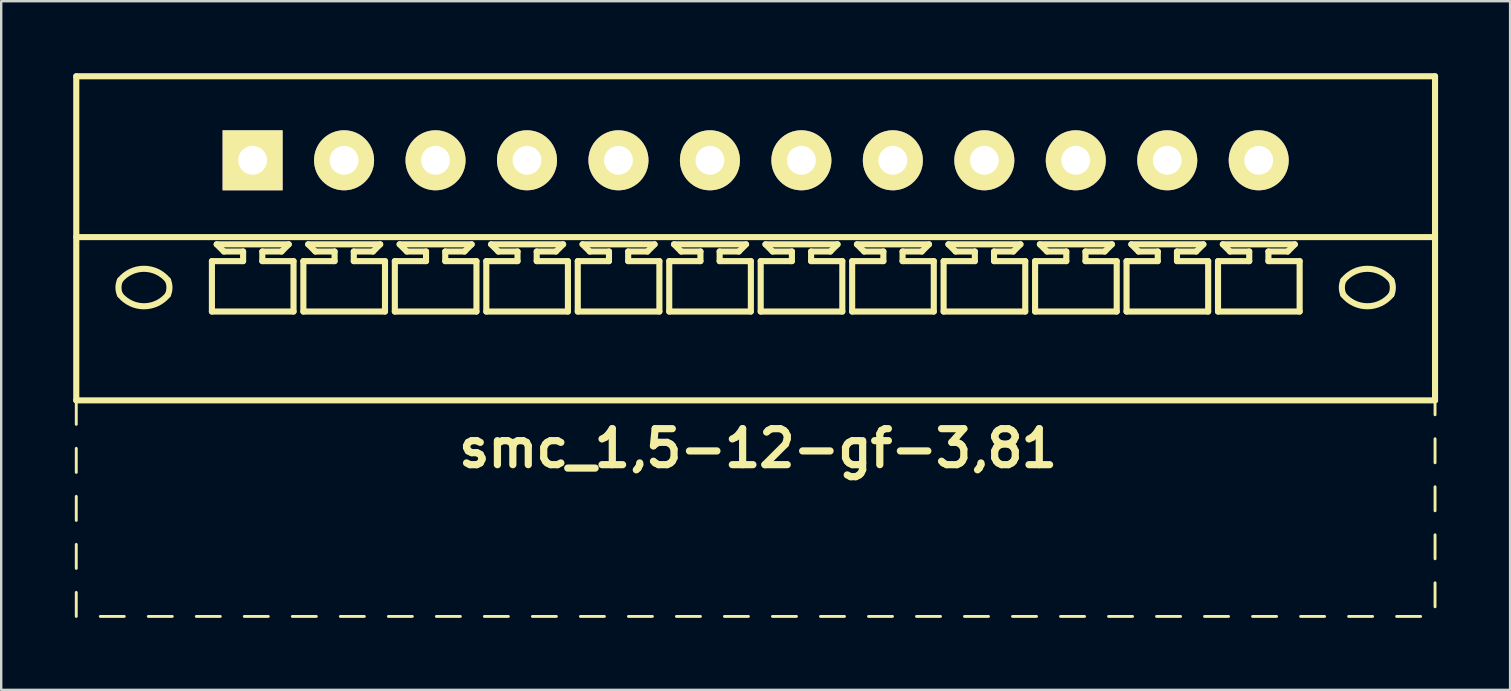
<source format=kicad_pcb>
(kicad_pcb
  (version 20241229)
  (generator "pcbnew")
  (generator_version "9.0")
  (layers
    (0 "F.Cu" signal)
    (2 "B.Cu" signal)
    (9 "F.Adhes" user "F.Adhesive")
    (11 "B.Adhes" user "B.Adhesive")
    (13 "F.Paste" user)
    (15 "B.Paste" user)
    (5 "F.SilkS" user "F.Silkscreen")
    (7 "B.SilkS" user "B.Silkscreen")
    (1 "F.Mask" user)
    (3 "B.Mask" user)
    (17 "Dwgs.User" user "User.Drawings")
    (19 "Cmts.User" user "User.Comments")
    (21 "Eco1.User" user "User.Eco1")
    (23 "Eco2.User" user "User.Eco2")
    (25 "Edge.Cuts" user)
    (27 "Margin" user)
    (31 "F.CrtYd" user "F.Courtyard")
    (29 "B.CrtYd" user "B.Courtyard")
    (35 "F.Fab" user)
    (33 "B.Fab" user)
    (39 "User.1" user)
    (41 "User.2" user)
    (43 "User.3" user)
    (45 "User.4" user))
  (footprint "smc_1,5-12-gf-3,81"
    (layer "F.Cu")
    (at 28.427 3.627)
    (property "Reference" "smc_1,5-12-gf-3,81" (at 0.1 12 0) (layer "F.SilkS") (effects (font (size 1.5 1.5) (thickness 0.3))))
    (attr through_hole)
    (fp_line (start -28.3 -3.5) (end -28.3 10) (stroke (width 0.254) (type solid)) (layer "F.SilkS"))
    (fp_line (start -28.3 -3.5) (end 28.3 -3.5) (stroke (width 0.254) (type solid)) (layer "F.SilkS"))
    (fp_line (start -28.3 3.2) (end 28.3 3.2) (stroke (width 0.254) (type solid)) (layer "F.SilkS"))
    (fp_line (start -28.3 10) (end -28.3 11) (stroke (width 0.12) (type solid)) (layer "F.SilkS"))
    (fp_line (start -28.3 10) (end 28.3 10) (stroke (width 0.254) (type solid)) (layer "F.SilkS"))
    (fp_line (start -28.3 12) (end -28.3 13) (stroke (width 0.12) (type solid)) (layer "F.SilkS"))
    (fp_line (start -28.3 14) (end -28.3 15) (stroke (width 0.12) (type solid)) (layer "F.SilkS"))
    (fp_line (start -28.3 16) (end -28.3 17) (stroke (width 0.12) (type solid)) (layer "F.SilkS"))
    (fp_line (start -28.3 18) (end -28.3 19) (stroke (width 0.12) (type solid)) (layer "F.SilkS"))
    (fp_line (start -27.3 19) (end -26.3 19) (stroke (width 0.12) (type solid)) (layer "F.SilkS"))
    (fp_line (start -25.3 19) (end -24.3 19) (stroke (width 0.12) (type solid)) (layer "F.SilkS"))
    (fp_line (start -23.3 19) (end -22.3 19) (stroke (width 0.12) (type solid)) (layer "F.SilkS"))
    (fp_line (start -22.65 4.2) (end -21.35 4.2) (stroke (width 0.254) (type solid)) (layer "F.SilkS"))
    (fp_line (start -22.65 6.3) (end -22.65 4.2) (stroke (width 0.254) (type solid)) (layer "F.SilkS"))
    (fp_line (start -22.45 3.5) (end -19.45 3.5) (stroke (width 0.254) (type solid)) (layer "F.SilkS"))
    (fp_line (start -22.15 3.8) (end -22.45 3.5) (stroke (width 0.254) (type solid)) (layer "F.SilkS"))
    (fp_line (start -21.35 3.8) (end -22.15 3.8) (stroke (width 0.254) (type solid)) (layer "F.SilkS"))
    (fp_line (start -21.35 4.2) (end -21.35 3.8) (stroke (width 0.254) (type solid)) (layer "F.SilkS"))
    (fp_line (start -21.3 19) (end -20.3 19) (stroke (width 0.12) (type solid)) (layer "F.SilkS"))
    (fp_line (start -20.55 3.8) (end -20.55 4.2) (stroke (width 0.254) (type solid)) (layer "F.SilkS"))
    (fp_line (start -20.55 4.2) (end -19.25 4.2) (stroke (width 0.254) (type solid)) (layer "F.SilkS"))
    (fp_line (start -19.75 3.8) (end -20.55 3.8) (stroke (width 0.254) (type solid)) (layer "F.SilkS"))
    (fp_line (start -19.75 3.8) (end -19.45 3.5) (stroke (width 0.254) (type solid)) (layer "F.SilkS"))
    (fp_line (start -19.3 19) (end -18.3 19) (stroke (width 0.12) (type solid)) (layer "F.SilkS"))
    (fp_line (start -19.25 4.2) (end -19.25 6.3) (stroke (width 0.254) (type solid)) (layer "F.SilkS"))
    (fp_line (start -19.25 6.3) (end -22.65 6.3) (stroke (width 0.254) (type solid)) (layer "F.SilkS"))
    (fp_line (start -18.84 4.2) (end -17.54 4.2) (stroke (width 0.254) (type solid)) (layer "F.SilkS"))
    (fp_line (start -18.84 6.3) (end -18.84 4.2) (stroke (width 0.254) (type solid)) (layer "F.SilkS"))
    (fp_line (start -18.64 3.5) (end -15.64 3.5) (stroke (width 0.254) (type solid)) (layer "F.SilkS"))
    (fp_line (start -18.34 3.8) (end -18.64 3.5) (stroke (width 0.254) (type solid)) (layer "F.SilkS"))
    (fp_line (start -17.54 3.8) (end -18.34 3.8) (stroke (width 0.254) (type solid)) (layer "F.SilkS"))
    (fp_line (start -17.54 4.2) (end -17.54 3.8) (stroke (width 0.254) (type solid)) (layer "F.SilkS"))
    (fp_line (start -17.3 19) (end -16.3 19) (stroke (width 0.12) (type solid)) (layer "F.SilkS"))
    (fp_line (start -16.74 3.8) (end -16.74 4.2) (stroke (width 0.254) (type solid)) (layer "F.SilkS"))
    (fp_line (start -16.74 4.2) (end -15.44 4.2) (stroke (width 0.254) (type solid)) (layer "F.SilkS"))
    (fp_line (start -15.94 3.8) (end -16.74 3.8) (stroke (width 0.254) (type solid)) (layer "F.SilkS"))
    (fp_line (start -15.94 3.8) (end -15.64 3.5) (stroke (width 0.254) (type solid)) (layer "F.SilkS"))
    (fp_line (start -15.44 4.2) (end -15.44 6.3) (stroke (width 0.254) (type solid)) (layer "F.SilkS"))
    (fp_line (start -15.44 6.3) (end -18.84 6.3) (stroke (width 0.254) (type solid)) (layer "F.SilkS"))
    (fp_line (start -15.3 19) (end -14.3 19) (stroke (width 0.12) (type solid)) (layer "F.SilkS"))
    (fp_line (start -15.03 4.2) (end -13.73 4.2) (stroke (width 0.254) (type solid)) (layer "F.SilkS"))
    (fp_line (start -15.03 6.3) (end -15.03 4.2) (stroke (width 0.254) (type solid)) (layer "F.SilkS"))
    (fp_line (start -14.83 3.5) (end -11.83 3.5) (stroke (width 0.254) (type solid)) (layer "F.SilkS"))
    (fp_line (start -14.53 3.8) (end -14.83 3.5) (stroke (width 0.254) (type solid)) (layer "F.SilkS"))
    (fp_line (start -13.73 3.8) (end -14.53 3.8) (stroke (width 0.254) (type solid)) (layer "F.SilkS"))
    (fp_line (start -13.73 4.2) (end -13.73 3.8) (stroke (width 0.254) (type solid)) (layer "F.SilkS"))
    (fp_line (start -13.3 19) (end -12.3 19) (stroke (width 0.12) (type solid)) (layer "F.SilkS"))
    (fp_line (start -12.93 3.8) (end -12.93 4.2) (stroke (width 0.254) (type solid)) (layer "F.SilkS"))
    (fp_line (start -12.93 4.2) (end -11.63 4.2) (stroke (width 0.254) (type solid)) (layer "F.SilkS"))
    (fp_line (start -12.13 3.8) (end -12.93 3.8) (stroke (width 0.254) (type solid)) (layer "F.SilkS"))
    (fp_line (start -12.13 3.8) (end -11.83 3.5) (stroke (width 0.254) (type solid)) (layer "F.SilkS"))
    (fp_line (start -11.63 4.2) (end -11.63 6.3) (stroke (width 0.254) (type solid)) (layer "F.SilkS"))
    (fp_line (start -11.63 6.3) (end -15.03 6.3) (stroke (width 0.254) (type solid)) (layer "F.SilkS"))
    (fp_line (start -11.3 19) (end -10.3 19) (stroke (width 0.12) (type solid)) (layer "F.SilkS"))
    (fp_line (start -11.22 4.2) (end -9.92 4.2) (stroke (width 0.254) (type solid)) (layer "F.SilkS"))
    (fp_line (start -11.22 6.3) (end -11.22 4.2) (stroke (width 0.254) (type solid)) (layer "F.SilkS"))
    (fp_line (start -11.02 3.5) (end -8.02 3.5) (stroke (width 0.254) (type solid)) (layer "F.SilkS"))
    (fp_line (start -10.72 3.8) (end -11.02 3.5) (stroke (width 0.254) (type solid)) (layer "F.SilkS"))
    (fp_line (start -9.92 3.8) (end -10.72 3.8) (stroke (width 0.254) (type solid)) (layer "F.SilkS"))
    (fp_line (start -9.92 4.2) (end -9.92 3.8) (stroke (width 0.254) (type solid)) (layer "F.SilkS"))
    (fp_line (start -9.3 19) (end -8.3 19) (stroke (width 0.12) (type solid)) (layer "F.SilkS"))
    (fp_line (start -9.12 3.8) (end -9.12 4.2) (stroke (width 0.254) (type solid)) (layer "F.SilkS"))
    (fp_line (start -9.12 4.2) (end -7.82 4.2) (stroke (width 0.254) (type solid)) (layer "F.SilkS"))
    (fp_line (start -8.32 3.8) (end -9.12 3.8) (stroke (width 0.254) (type solid)) (layer "F.SilkS"))
    (fp_line (start -8.32 3.8) (end -8.02 3.5) (stroke (width 0.254) (type solid)) (layer "F.SilkS"))
    (fp_line (start -7.82 4.2) (end -7.82 6.3) (stroke (width 0.254) (type solid)) (layer "F.SilkS"))
    (fp_line (start -7.82 6.3) (end -11.22 6.3) (stroke (width 0.254) (type solid)) (layer "F.SilkS"))
    (fp_line (start -7.41 4.2) (end -6.11 4.2) (stroke (width 0.254) (type solid)) (layer "F.SilkS"))
    (fp_line (start -7.41 6.3) (end -7.41 4.2) (stroke (width 0.254) (type solid)) (layer "F.SilkS"))
    (fp_line (start -7.3 19) (end -6.3 19) (stroke (width 0.12) (type solid)) (layer "F.SilkS"))
    (fp_line (start -7.21 3.5) (end -4.21 3.5) (stroke (width 0.254) (type solid)) (layer "F.SilkS"))
    (fp_line (start -6.91 3.8) (end -7.21 3.5) (stroke (width 0.254) (type solid)) (layer "F.SilkS"))
    (fp_line (start -6.11 3.8) (end -6.91 3.8) (stroke (width 0.254) (type solid)) (layer "F.SilkS"))
    (fp_line (start -6.11 4.2) (end -6.11 3.8) (stroke (width 0.254) (type solid)) (layer "F.SilkS"))
    (fp_line (start -5.31 3.8) (end -5.31 4.2) (stroke (width 0.254) (type solid)) (layer "F.SilkS"))
    (fp_line (start -5.31 4.2) (end -4.01 4.2) (stroke (width 0.254) (type solid)) (layer "F.SilkS"))
    (fp_line (start -5.3 19) (end -4.3 19) (stroke (width 0.12) (type solid)) (layer "F.SilkS"))
    (fp_line (start -4.51 3.8) (end -5.31 3.8) (stroke (width 0.254) (type solid)) (layer "F.SilkS"))
    (fp_line (start -4.51 3.8) (end -4.21 3.5) (stroke (width 0.254) (type solid)) (layer "F.SilkS"))
    (fp_line (start -4.01 4.2) (end -4.01 6.3) (stroke (width 0.254) (type solid)) (layer "F.SilkS"))
    (fp_line (start -4.01 6.3) (end -7.41 6.3) (stroke (width 0.254) (type solid)) (layer "F.SilkS"))
    (fp_line (start -3.6 4.2) (end -2.3 4.2) (stroke (width 0.254) (type solid)) (layer "F.SilkS"))
    (fp_line (start -3.6 6.3) (end -3.6 4.2) (stroke (width 0.254) (type solid)) (layer "F.SilkS"))
    (fp_line (start -3.4 3.5) (end -0.4 3.5) (stroke (width 0.254) (type solid)) (layer "F.SilkS"))
    (fp_line (start -3.3 19) (end -2.3 19) (stroke (width 0.12) (type solid)) (layer "F.SilkS"))
    (fp_line (start -3.1 3.8) (end -3.4 3.5) (stroke (width 0.254) (type solid)) (layer "F.SilkS"))
    (fp_line (start -2.3 3.8) (end -3.1 3.8) (stroke (width 0.254) (type solid)) (layer "F.SilkS"))
    (fp_line (start -2.3 4.2) (end -2.3 3.8) (stroke (width 0.254) (type solid)) (layer "F.SilkS"))
    (fp_line (start -1.5 3.8) (end -1.5 4.2) (stroke (width 0.254) (type solid)) (layer "F.SilkS"))
    (fp_line (start -1.5 4.2) (end -0.2 4.2) (stroke (width 0.254) (type solid)) (layer "F.SilkS"))
    (fp_line (start -1.3 19) (end -0.3 19) (stroke (width 0.12) (type solid)) (layer "F.SilkS"))
    (fp_line (start -0.7 3.8) (end -1.5 3.8) (stroke (width 0.254) (type solid)) (layer "F.SilkS"))
    (fp_line (start -0.7 3.8) (end -0.4 3.5) (stroke (width 0.254) (type solid)) (layer "F.SilkS"))
    (fp_line (start -0.2 4.2) (end -0.2 6.3) (stroke (width 0.254) (type solid)) (layer "F.SilkS"))
    (fp_line (start -0.2 6.3) (end -3.6 6.3) (stroke (width 0.254) (type solid)) (layer "F.SilkS"))
    (fp_line (start 0.21 4.2) (end 1.51 4.2) (stroke (width 0.254) (type solid)) (layer "F.SilkS"))
    (fp_line (start 0.21 6.3) (end 0.21 4.2) (stroke (width 0.254) (type solid)) (layer "F.SilkS"))
    (fp_line (start 0.41 3.5) (end 3.41 3.5) (stroke (width 0.254) (type solid)) (layer "F.SilkS"))
    (fp_line (start 0.7 19) (end 1.7 19) (stroke (width 0.12) (type solid)) (layer "F.SilkS"))
    (fp_line (start 0.71 3.8) (end 0.41 3.5) (stroke (width 0.254) (type solid)) (layer "F.SilkS"))
    (fp_line (start 1.51 3.8) (end 0.71 3.8) (stroke (width 0.254) (type solid)) (layer "F.SilkS"))
    (fp_line (start 1.51 4.2) (end 1.51 3.8) (stroke (width 0.254) (type solid)) (layer "F.SilkS"))
    (fp_line (start 2.31 3.8) (end 2.31 4.2) (stroke (width 0.254) (type solid)) (layer "F.SilkS"))
    (fp_line (start 2.31 4.2) (end 3.61 4.2) (stroke (width 0.254) (type solid)) (layer "F.SilkS"))
    (fp_line (start 2.7 19) (end 3.7 19) (stroke (width 0.12) (type solid)) (layer "F.SilkS"))
    (fp_line (start 3.11 3.8) (end 2.31 3.8) (stroke (width 0.254) (type solid)) (layer "F.SilkS"))
    (fp_line (start 3.11 3.8) (end 3.41 3.5) (stroke (width 0.254) (type solid)) (layer "F.SilkS"))
    (fp_line (start 3.61 4.2) (end 3.61 6.3) (stroke (width 0.254) (type solid)) (layer "F.SilkS"))
    (fp_line (start 3.61 6.3) (end 0.21 6.3) (stroke (width 0.254) (type solid)) (layer "F.SilkS"))
    (fp_line (start 4.02 4.2) (end 5.32 4.2) (stroke (width 0.254) (type solid)) (layer "F.SilkS"))
    (fp_line (start 4.02 6.3) (end 4.02 4.2) (stroke (width 0.254) (type solid)) (layer "F.SilkS"))
    (fp_line (start 4.22 3.5) (end 7.22 3.5) (stroke (width 0.254) (type solid)) (layer "F.SilkS"))
    (fp_line (start 4.52 3.8) (end 4.22 3.5) (stroke (width 0.254) (type solid)) (layer "F.SilkS"))
    (fp_line (start 4.7 19) (end 5.7 19) (stroke (width 0.12) (type solid)) (layer "F.SilkS"))
    (fp_line (start 5.32 3.8) (end 4.52 3.8) (stroke (width 0.254) (type solid)) (layer "F.SilkS"))
    (fp_line (start 5.32 4.2) (end 5.32 3.8) (stroke (width 0.254) (type solid)) (layer "F.SilkS"))
    (fp_line (start 6.12 3.8) (end 6.12 4.2) (stroke (width 0.254) (type solid)) (layer "F.SilkS"))
    (fp_line (start 6.12 4.2) (end 7.42 4.2) (stroke (width 0.254) (type solid)) (layer "F.SilkS"))
    (fp_line (start 6.7 19) (end 7.7 19) (stroke (width 0.12) (type solid)) (layer "F.SilkS"))
    (fp_line (start 6.92 3.8) (end 6.12 3.8) (stroke (width 0.254) (type solid)) (layer "F.SilkS"))
    (fp_line (start 6.92 3.8) (end 7.22 3.5) (stroke (width 0.254) (type solid)) (layer "F.SilkS"))
    (fp_line (start 7.42 4.2) (end 7.42 6.3) (stroke (width 0.254) (type solid)) (layer "F.SilkS"))
    (fp_line (start 7.42 6.3) (end 4.02 6.3) (stroke (width 0.254) (type solid)) (layer "F.SilkS"))
    (fp_line (start 7.83 4.2) (end 9.13 4.2) (stroke (width 0.254) (type solid)) (layer "F.SilkS"))
    (fp_line (start 7.83 6.3) (end 7.83 4.2) (stroke (width 0.254) (type solid)) (layer "F.SilkS"))
    (fp_line (start 8.03 3.5) (end 11.03 3.5) (stroke (width 0.254) (type solid)) (layer "F.SilkS"))
    (fp_line (start 8.33 3.8) (end 8.03 3.5) (stroke (width 0.254) (type solid)) (layer "F.SilkS"))
    (fp_line (start 8.7 19) (end 9.7 19) (stroke (width 0.12) (type solid)) (layer "F.SilkS"))
    (fp_line (start 9.13 3.8) (end 8.33 3.8) (stroke (width 0.254) (type solid)) (layer "F.SilkS"))
    (fp_line (start 9.13 4.2) (end 9.13 3.8) (stroke (width 0.254) (type solid)) (layer "F.SilkS"))
    (fp_line (start 9.93 3.8) (end 9.93 4.2) (stroke (width 0.254) (type solid)) (layer "F.SilkS"))
    (fp_line (start 9.93 4.2) (end 11.23 4.2) (stroke (width 0.254) (type solid)) (layer "F.SilkS"))
    (fp_line (start 10.7 19) (end 11.7 19) (stroke (width 0.12) (type solid)) (layer "F.SilkS"))
    (fp_line (start 10.73 3.8) (end 9.93 3.8) (stroke (width 0.254) (type solid)) (layer "F.SilkS"))
    (fp_line (start 10.73 3.8) (end 11.03 3.5) (stroke (width 0.254) (type solid)) (layer "F.SilkS"))
    (fp_line (start 11.23 4.2) (end 11.23 6.3) (stroke (width 0.254) (type solid)) (layer "F.SilkS"))
    (fp_line (start 11.23 6.3) (end 7.83 6.3) (stroke (width 0.254) (type solid)) (layer "F.SilkS"))
    (fp_line (start 11.64 4.2) (end 12.94 4.2) (stroke (width 0.254) (type solid)) (layer "F.SilkS"))
    (fp_line (start 11.64 6.3) (end 11.64 4.2) (stroke (width 0.254) (type solid)) (layer "F.SilkS"))
    (fp_line (start 11.84 3.5) (end 14.84 3.5) (stroke (width 0.254) (type solid)) (layer "F.SilkS"))
    (fp_line (start 12.14 3.8) (end 11.84 3.5) (stroke (width 0.254) (type solid)) (layer "F.SilkS"))
    (fp_line (start 12.7 19) (end 13.7 19) (stroke (width 0.12) (type solid)) (layer "F.SilkS"))
    (fp_line (start 12.94 3.8) (end 12.14 3.8) (stroke (width 0.254) (type solid)) (layer "F.SilkS"))
    (fp_line (start 12.94 4.2) (end 12.94 3.8) (stroke (width 0.254) (type solid)) (layer "F.SilkS"))
    (fp_line (start 13.74 3.8) (end 13.74 4.2) (stroke (width 0.254) (type solid)) (layer "F.SilkS"))
    (fp_line (start 13.74 4.2) (end 15.04 4.2) (stroke (width 0.254) (type solid)) (layer "F.SilkS"))
    (fp_line (start 14.54 3.8) (end 13.74 3.8) (stroke (width 0.254) (type solid)) (layer "F.SilkS"))
    (fp_line (start 14.54 3.8) (end 14.84 3.5) (stroke (width 0.254) (type solid)) (layer "F.SilkS"))
    (fp_line (start 14.7 19) (end 15.7 19) (stroke (width 0.12) (type solid)) (layer "F.SilkS"))
    (fp_line (start 15.04 4.2) (end 15.04 6.3) (stroke (width 0.254) (type solid)) (layer "F.SilkS"))
    (fp_line (start 15.04 6.3) (end 11.64 6.3) (stroke (width 0.254) (type solid)) (layer "F.SilkS"))
    (fp_line (start 15.45 4.2) (end 16.75 4.2) (stroke (width 0.254) (type solid)) (layer "F.SilkS"))
    (fp_line (start 15.45 6.3) (end 15.45 4.2) (stroke (width 0.254) (type solid)) (layer "F.SilkS"))
    (fp_line (start 15.65 3.5) (end 18.65 3.5) (stroke (width 0.254) (type solid)) (layer "F.SilkS"))
    (fp_line (start 15.95 3.8) (end 15.65 3.5) (stroke (width 0.254) (type solid)) (layer "F.SilkS"))
    (fp_line (start 16.7 19) (end 17.7 19) (stroke (width 0.12) (type solid)) (layer "F.SilkS"))
    (fp_line (start 16.75 3.8) (end 15.95 3.8) (stroke (width 0.254) (type solid)) (layer "F.SilkS"))
    (fp_line (start 16.75 4.2) (end 16.75 3.8) (stroke (width 0.254) (type solid)) (layer "F.SilkS"))
    (fp_line (start 17.55 3.8) (end 17.55 4.2) (stroke (width 0.254) (type solid)) (layer "F.SilkS"))
    (fp_line (start 17.55 4.2) (end 18.85 4.2) (stroke (width 0.254) (type solid)) (layer "F.SilkS"))
    (fp_line (start 18.35 3.8) (end 17.55 3.8) (stroke (width 0.254) (type solid)) (layer "F.SilkS"))
    (fp_line (start 18.35 3.8) (end 18.65 3.5) (stroke (width 0.254) (type solid)) (layer "F.SilkS"))
    (fp_line (start 18.7 19) (end 19.7 19) (stroke (width 0.12) (type solid)) (layer "F.SilkS"))
    (fp_line (start 18.85 4.2) (end 18.85 6.3) (stroke (width 0.254) (type solid)) (layer "F.SilkS"))
    (fp_line (start 18.85 6.3) (end 15.45 6.3) (stroke (width 0.254) (type solid)) (layer "F.SilkS"))
    (fp_line (start 19.26 4.2) (end 20.56 4.2) (stroke (width 0.254) (type solid)) (layer "F.SilkS"))
    (fp_line (start 19.26 6.3) (end 19.26 4.2) (stroke (width 0.254) (type solid)) (layer "F.SilkS"))
    (fp_line (start 19.46 3.5) (end 22.46 3.5) (stroke (width 0.254) (type solid)) (layer "F.SilkS"))
    (fp_line (start 19.76 3.8) (end 19.46 3.5) (stroke (width 0.254) (type solid)) (layer "F.SilkS"))
    (fp_line (start 20.56 3.8) (end 19.76 3.8) (stroke (width 0.254) (type solid)) (layer "F.SilkS"))
    (fp_line (start 20.56 4.2) (end 20.56 3.8) (stroke (width 0.254) (type solid)) (layer "F.SilkS"))
    (fp_line (start 20.7 19) (end 21.7 19) (stroke (width 0.12) (type solid)) (layer "F.SilkS"))
    (fp_line (start 21.36 3.8) (end 21.36 4.2) (stroke (width 0.254) (type solid)) (layer "F.SilkS"))
    (fp_line (start 21.36 4.2) (end 22.66 4.2) (stroke (width 0.254) (type solid)) (layer "F.SilkS"))
    (fp_line (start 22.16 3.8) (end 21.36 3.8) (stroke (width 0.254) (type solid)) (layer "F.SilkS"))
    (fp_line (start 22.16 3.8) (end 22.46 3.5) (stroke (width 0.254) (type solid)) (layer "F.SilkS"))
    (fp_line (start 22.66 4.2) (end 22.66 6.3) (stroke (width 0.254) (type solid)) (layer "F.SilkS"))
    (fp_line (start 22.66 6.3) (end 19.26 6.3) (stroke (width 0.254) (type solid)) (layer "F.SilkS"))
    (fp_line (start 22.7 19) (end 23.7 19) (stroke (width 0.12) (type solid)) (layer "F.SilkS"))
    (fp_line (start 24.7 19) (end 25.7 19) (stroke (width 0.12) (type solid)) (layer "F.SilkS"))
    (fp_line (start 26.7 19) (end 27.7 19) (stroke (width 0.12) (type solid)) (layer "F.SilkS"))
    (fp_line (start 28.3 -3.5) (end 28.3 10) (stroke (width 0.254) (type solid)) (layer "F.SilkS"))
    (fp_line (start 28.3 10.6) (end 28.3 10) (stroke (width 0.12) (type solid)) (layer "F.SilkS"))
    (fp_line (start 28.3 12.6) (end 28.3 11.6) (stroke (width 0.12) (type solid)) (layer "F.SilkS"))
    (fp_line (start 28.3 14.6) (end 28.3 13.6) (stroke (width 0.12) (type solid)) (layer "F.SilkS"))
    (fp_line (start 28.3 15.6) (end 28.3 16.6) (stroke (width 0.12) (type solid)) (layer "F.SilkS"))
    (fp_line (start 28.3 17.6) (end 28.3 18.6) (stroke (width 0.12) (type solid)) (layer "F.SilkS"))
    (fp_arc (start -26.480274 5.000342) (mid -25.480219 4.519375) (end -24.48 5) (stroke (width 0.254) (type solid)) (layer "F.SilkS"))
    (fp_arc (start -26.479985 5.600034) (mid -26.541577 5.300019) (end -26.48 5) (stroke (width 0.254) (type solid)) (layer "F.SilkS"))
    (fp_arc (start -24.480015 4.999966) (mid -24.418423 5.299981) (end -24.48 5.6) (stroke (width 0.254) (type solid)) (layer "F.SilkS"))
    (fp_arc (start -24.479726 5.599658) (mid -25.479781 6.080625) (end -26.48 5.6) (stroke (width 0.254) (type solid)) (layer "F.SilkS"))
    (fp_arc (start 24.479726 5.000342) (mid 25.479781 4.519375) (end 26.48 5) (stroke (width 0.254) (type solid)) (layer "F.SilkS"))
    (fp_arc (start 24.480015 5.600034) (mid 24.418423 5.300019) (end 24.48 5) (stroke (width 0.254) (type solid)) (layer "F.SilkS"))
    (fp_arc (start 26.479985 4.999966) (mid 26.541577 5.299981) (end 26.48 5.6) (stroke (width 0.254) (type solid)) (layer "F.SilkS"))
    (fp_arc (start 26.480274 5.599658) (mid 25.480219 6.080625) (end 24.48 5.6) (stroke (width 0.254) (type solid)) (layer "F.SilkS"))
    (pad "1" thru_hole rect (at -20.955 0) (size 2.5 2.5) (drill 1.2) (layers "*.Cu" "*.Mask" "F.SilkS"))
    (pad "2" thru_hole circle (at -17.145 0) (size 2.5 2.5) (drill 1.2) (layers "*.Cu" "*.Mask" "F.SilkS"))
    (pad "3" thru_hole circle (at -13.335 0) (size 2.5 2.5) (drill 1.2) (layers "*.Cu" "*.Mask" "F.SilkS"))
    (pad "4" thru_hole circle (at -9.525 0) (size 2.5 2.5) (drill 1.2) (layers "*.Cu" "*.Mask" "F.SilkS"))
    (pad "5" thru_hole circle (at -5.715 0) (size 2.5 2.5) (drill 1.2) (layers "*.Cu" "*.Mask" "F.SilkS"))
    (pad "6" thru_hole circle (at -1.905 0) (size 2.5 2.5) (drill 1.2) (layers "*.Cu" "*.Mask" "F.SilkS"))
    (pad "7" thru_hole circle (at 1.905 0) (size 2.5 2.5) (drill 1.2) (layers "*.Cu" "*.Mask" "F.SilkS"))
    (pad "8" thru_hole circle (at 5.715 0) (size 2.5 2.5) (drill 1.2) (layers "*.Cu" "*.Mask" "F.SilkS"))
    (pad "9" thru_hole circle (at 9.525 0) (size 2.5 2.5) (drill 1.2) (layers "*.Cu" "*.Mask" "F.SilkS"))
    (pad "10" thru_hole circle (at 13.335 0) (size 2.5 2.5) (drill 1.2) (layers "*.Cu" "*.Mask" "F.SilkS"))
    (pad "11" thru_hole circle (at 17.145 0) (size 2.5 2.5) (drill 1.2) (layers "*.Cu" "*.Mask" "F.SilkS"))
    (pad "12" thru_hole circle (at 20.955 0) (size 2.5 2.5) (drill 1.2) (layers "*.Cu" "*.Mask" "F.SilkS")))
  (gr_rect
    (start -3 -3)
    (end 59.854 25.687)
    (stroke (width 0.1) (type default))
    (fill no)
    (layer "Edge.Cuts")))
</source>
